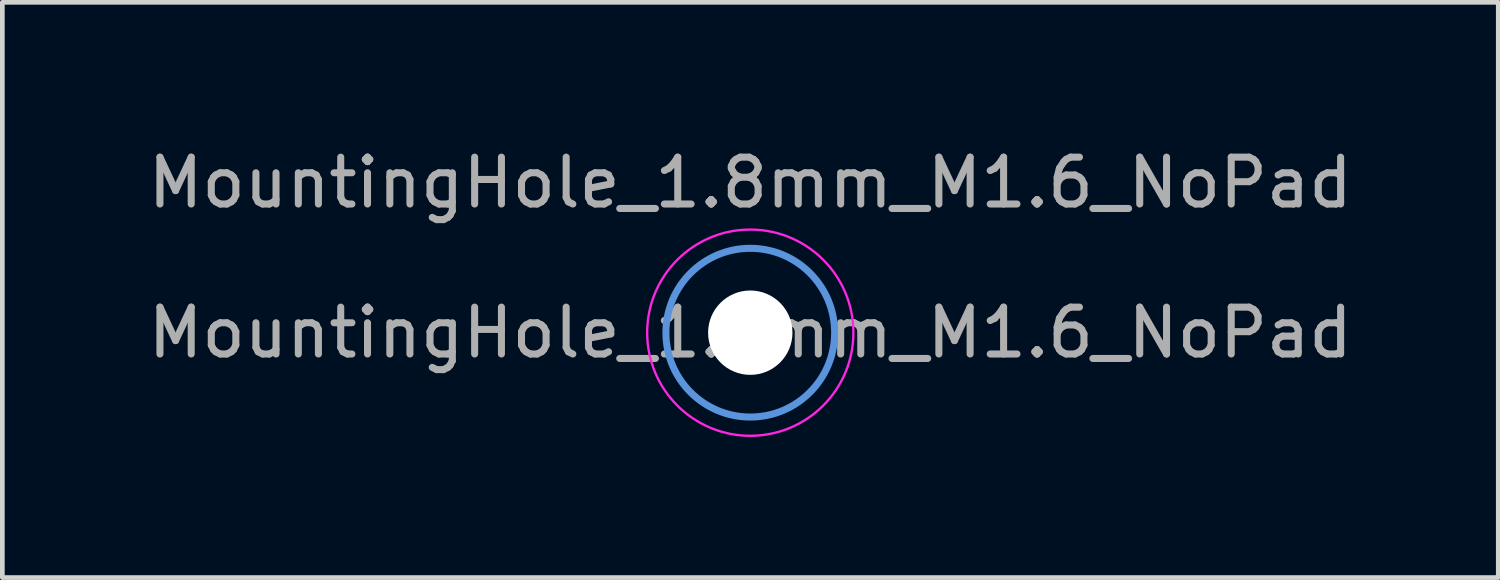
<source format=kicad_pcb>
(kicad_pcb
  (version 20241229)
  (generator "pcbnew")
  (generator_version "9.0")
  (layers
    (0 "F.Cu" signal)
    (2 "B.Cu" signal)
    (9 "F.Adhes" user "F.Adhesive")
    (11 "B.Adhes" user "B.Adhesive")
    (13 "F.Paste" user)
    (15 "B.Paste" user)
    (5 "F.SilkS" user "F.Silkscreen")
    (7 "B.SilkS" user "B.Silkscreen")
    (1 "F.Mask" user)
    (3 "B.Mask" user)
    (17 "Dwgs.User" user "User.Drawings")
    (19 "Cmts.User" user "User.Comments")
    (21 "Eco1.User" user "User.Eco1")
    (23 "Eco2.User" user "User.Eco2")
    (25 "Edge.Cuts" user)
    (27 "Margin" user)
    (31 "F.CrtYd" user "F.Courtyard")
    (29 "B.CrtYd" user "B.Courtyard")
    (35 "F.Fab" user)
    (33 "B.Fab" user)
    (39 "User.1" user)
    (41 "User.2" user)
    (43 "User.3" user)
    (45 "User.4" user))
  (footprint "MountingHole_1.8mm_M1.6_NoPad"
    (layer "F.Cu")
    (at 12.958 4.048)
    (property "Reference" "MountingHole_1.8mm_M1.6_NoPad" (at 0 -3.2 0) (layer "F.Fab") (effects (font (size 1 1) (thickness 0.15))))
    (attr exclude_from_pos_files exclude_from_bom)
    (fp_circle (center 0 0) (end 1.8 0) (stroke (width 0.15) (type solid)) (fill no) (layer "Cmts.User"))
    (fp_circle (center 0 0) (end 2.2 0) (stroke (width 0.05) (type solid)) (fill no) (layer "F.CrtYd"))
    (fp_text user "${REFERENCE}" (at 0 0 0) (layer "F.Fab") (effects (font (size 1 1) (thickness 0.15))))
    (pad "" np_thru_hole circle (at 0 0) (size 1.8 1.8) (drill 1.8) (layers "*.Cu" "*.Mask")))
  (gr_rect
    (start -3 -3)
    (end 28.917 9.273)
    (stroke (width 0.1) (type default))
    (fill no)
    (layer "Edge.Cuts")))
</source>
